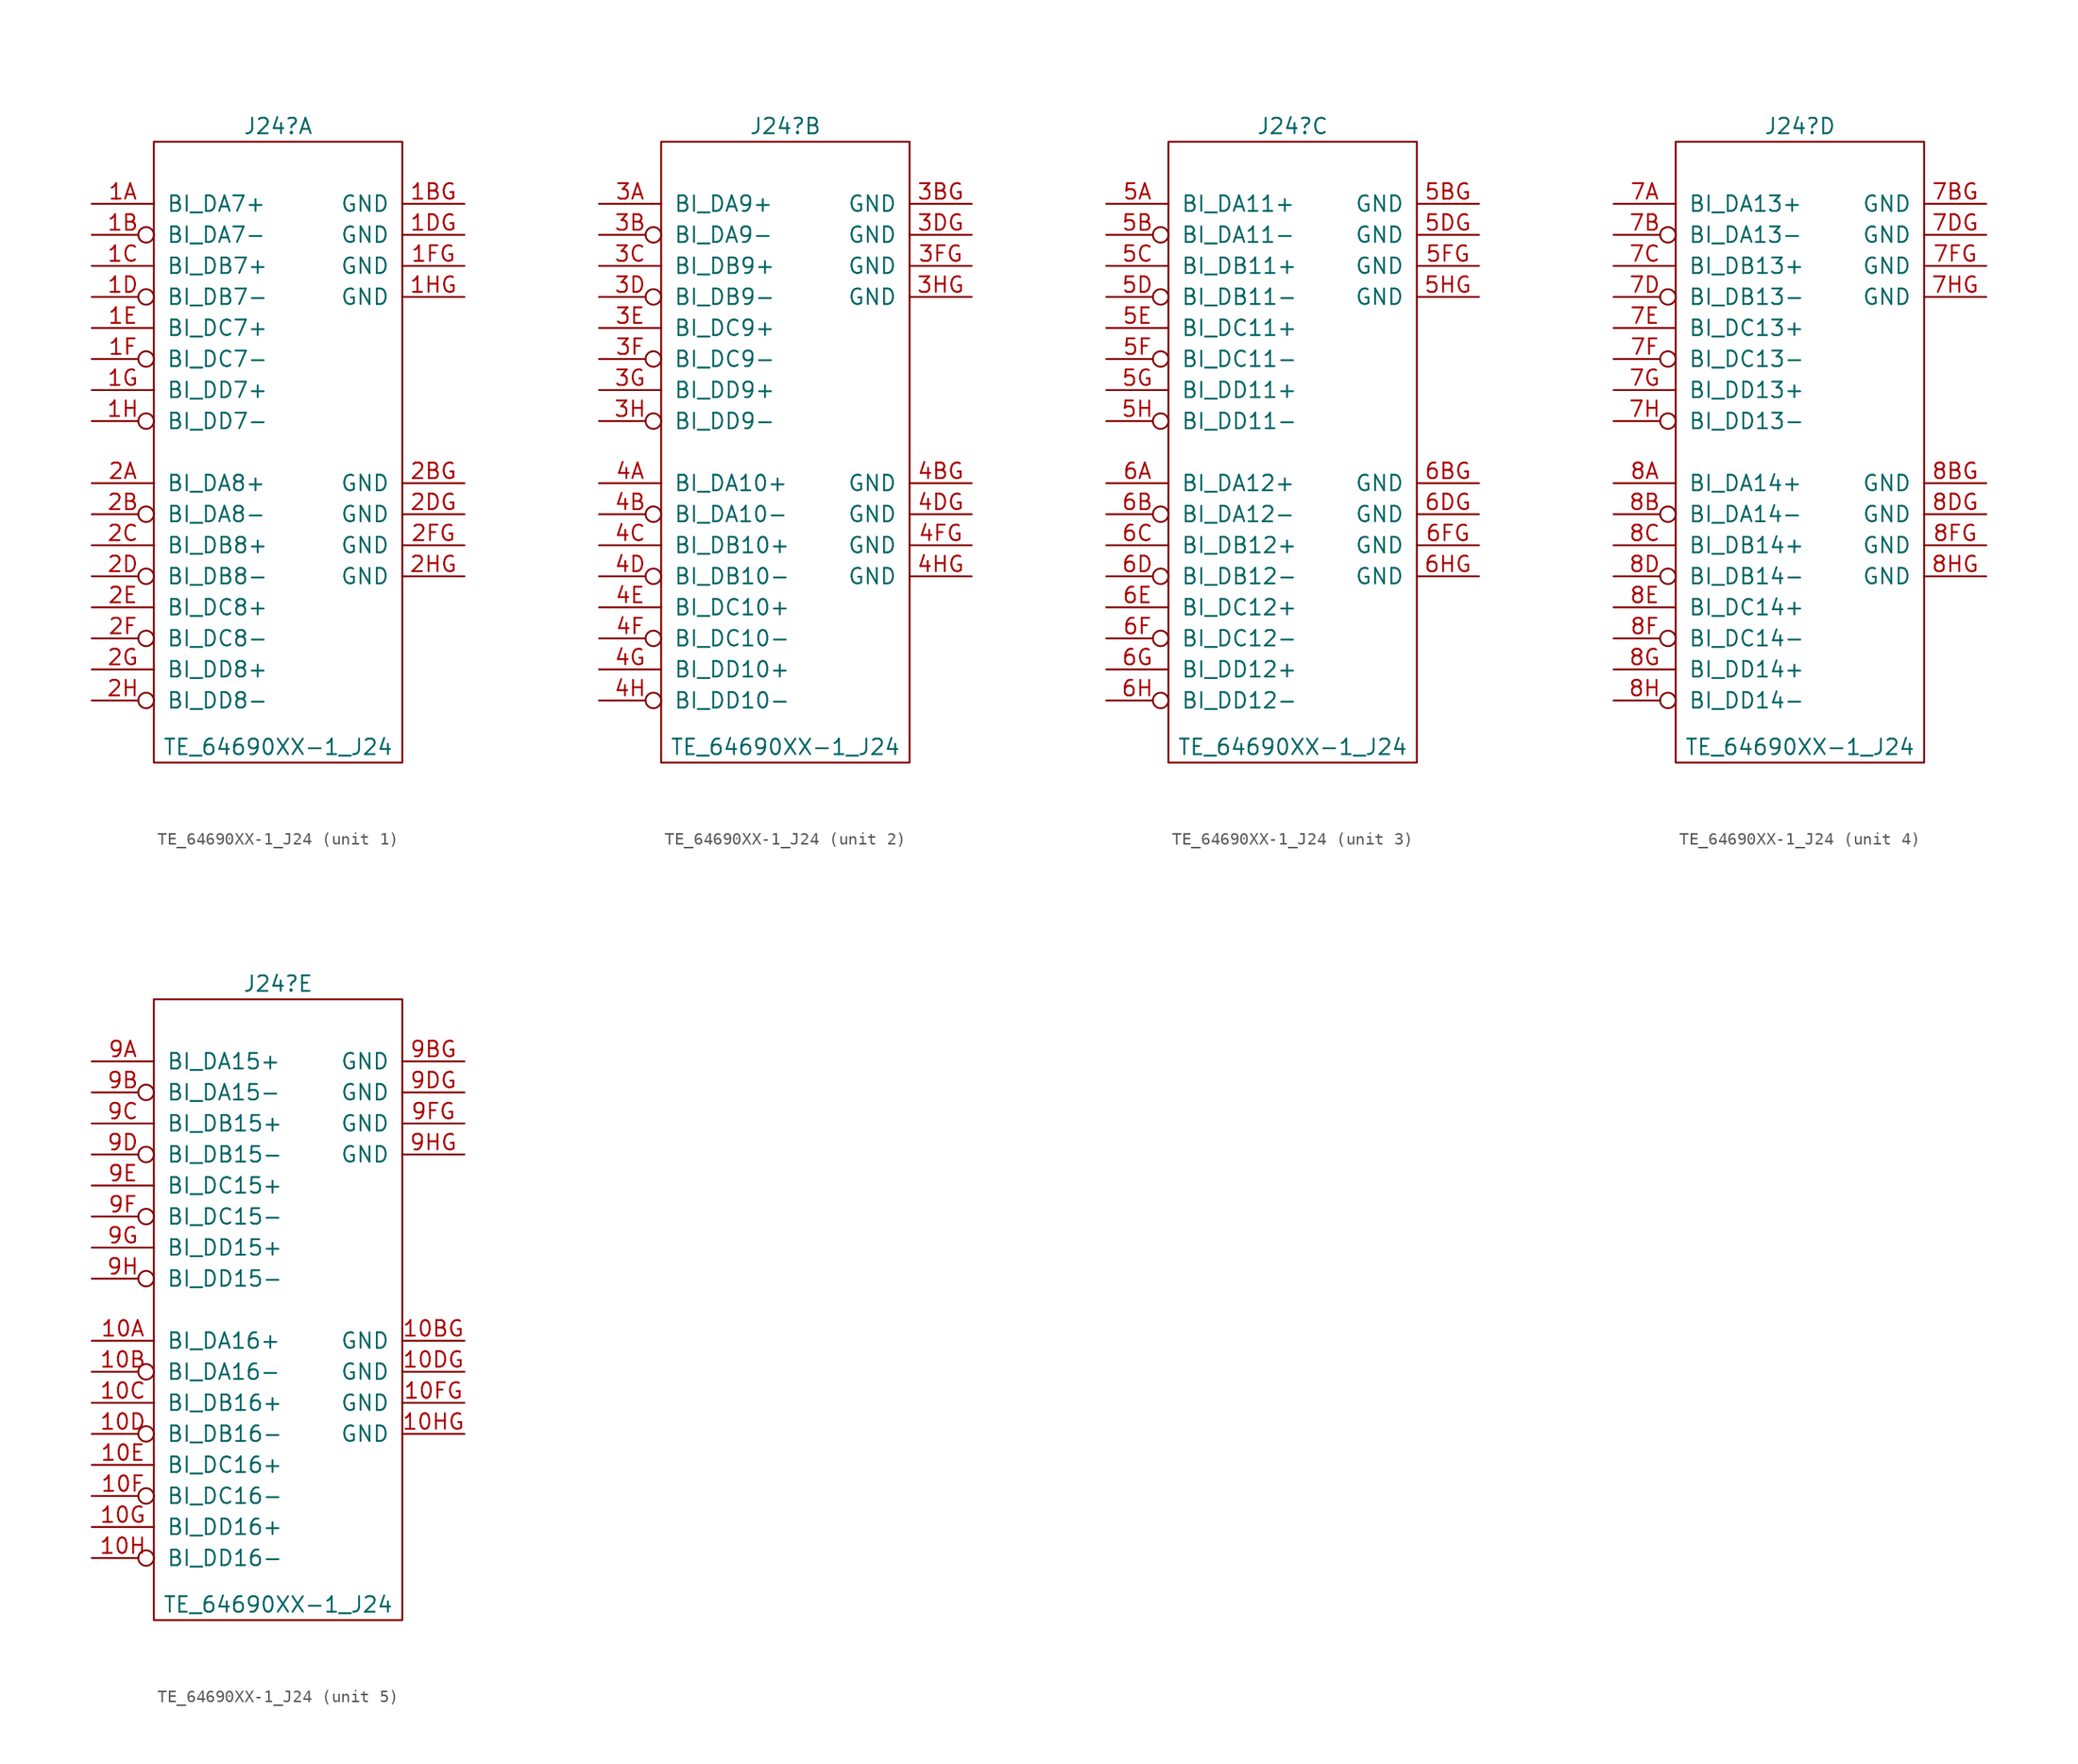
<source format=kicad_sym>
(kicad_symbol_lib
  (version 20220914)
  (generator kicad_symbol_editor)
  (symbol "TE_64690XX-1_J24"
    (pin_names
      (offset 1.016))
    (property "Reference" "J24"
      (at 0 26.67 0)
      (effects (font (size 1.27 1.27))))
    (property "Value" "TE_64690XX-1_J24"
      (at 0 -24.13 0)
      (effects (font (size 1.27 1.27))))
    (property "ki_locked" ""
      (at 0 0 0)
      (effects (font (size 1.27 1.27))))
    (symbol "TE_64690XX-1_J24_1_1"
      (rectangle (start -10.16 25.4) (end 10.16 -25.4) (stroke (width 0) (type default)) (fill (type none)))
      (pin bidirectional line (at -15.24 20.32 0) (length 5.08) (name "BI_DA7+" (effects (font (size 1.27 1.27)))) (number "1A" (effects (font (size 1.27 1.27)))))
      (pin bidirectional inverted (at -15.24 17.78 0) (length 5.08) (name "BI_DA7-" (effects (font (size 1.27 1.27)))) (number "1B" (effects (font (size 1.27 1.27)))))
      (pin passive line (at 15.24 20.32 180) (length 5.08) (name "GND" (effects (font (size 1.27 1.27)))) (number "1BG" (effects (font (size 1.27 1.27)))))
      (pin bidirectional line (at -15.24 15.24 0) (length 5.08) (name "BI_DB7+" (effects (font (size 1.27 1.27)))) (number "1C" (effects (font (size 1.27 1.27)))))
      (pin bidirectional inverted (at -15.24 12.7 0) (length 5.08) (name "BI_DB7-" (effects (font (size 1.27 1.27)))) (number "1D" (effects (font (size 1.27 1.27)))))
      (pin passive line (at 15.24 17.78 180) (length 5.08) (name "GND" (effects (font (size 1.27 1.27)))) (number "1DG" (effects (font (size 1.27 1.27)))))
      (pin bidirectional line (at -15.24 10.16 0) (length 5.08) (name "BI_DC7+" (effects (font (size 1.27 1.27)))) (number "1E" (effects (font (size 1.27 1.27)))))
      (pin bidirectional inverted (at -15.24 7.62 0) (length 5.08) (name "BI_DC7-" (effects (font (size 1.27 1.27)))) (number "1F" (effects (font (size 1.27 1.27)))))
      (pin passive line (at 15.24 15.24 180) (length 5.08) (name "GND" (effects (font (size 1.27 1.27)))) (number "1FG" (effects (font (size 1.27 1.27)))))
      (pin bidirectional line (at -15.24 5.08 0) (length 5.08) (name "BI_DD7+" (effects (font (size 1.27 1.27)))) (number "1G" (effects (font (size 1.27 1.27)))))
      (pin bidirectional inverted (at -15.24 2.54 0) (length 5.08) (name "BI_DD7-" (effects (font (size 1.27 1.27)))) (number "1H" (effects (font (size 1.27 1.27)))))
      (pin passive line (at 15.24 12.7 180) (length 5.08) (name "GND" (effects (font (size 1.27 1.27)))) (number "1HG" (effects (font (size 1.27 1.27)))))
      (pin bidirectional line (at -15.24 -2.54 0) (length 5.08) (name "BI_DA8+" (effects (font (size 1.27 1.27)))) (number "2A" (effects (font (size 1.27 1.27)))))
      (pin bidirectional inverted (at -15.24 -5.08 0) (length 5.08) (name "BI_DA8-" (effects (font (size 1.27 1.27)))) (number "2B" (effects (font (size 1.27 1.27)))))
      (pin passive line (at 15.24 -2.54 180) (length 5.08) (name "GND" (effects (font (size 1.27 1.27)))) (number "2BG" (effects (font (size 1.27 1.27)))))
      (pin bidirectional line (at -15.24 -7.62 0) (length 5.08) (name "BI_DB8+" (effects (font (size 1.27 1.27)))) (number "2C" (effects (font (size 1.27 1.27)))))
      (pin bidirectional inverted (at -15.24 -10.16 0) (length 5.08) (name "BI_DB8-" (effects (font (size 1.27 1.27)))) (number "2D" (effects (font (size 1.27 1.27)))))
      (pin passive line (at 15.24 -5.08 180) (length 5.08) (name "GND" (effects (font (size 1.27 1.27)))) (number "2DG" (effects (font (size 1.27 1.27)))))
      (pin bidirectional line (at -15.24 -12.7 0) (length 5.08) (name "BI_DC8+" (effects (font (size 1.27 1.27)))) (number "2E" (effects (font (size 1.27 1.27)))))
      (pin bidirectional inverted (at -15.24 -15.24 0) (length 5.08) (name "BI_DC8-" (effects (font (size 1.27 1.27)))) (number "2F" (effects (font (size 1.27 1.27)))))
      (pin passive line (at 15.24 -7.62 180) (length 5.08) (name "GND" (effects (font (size 1.27 1.27)))) (number "2FG" (effects (font (size 1.27 1.27)))))
      (pin bidirectional line (at -15.24 -17.78 0) (length 5.08) (name "BI_DD8+" (effects (font (size 1.27 1.27)))) (number "2G" (effects (font (size 1.27 1.27)))))
      (pin bidirectional inverted (at -15.24 -20.32 0) (length 5.08) (name "BI_DD8-" (effects (font (size 1.27 1.27)))) (number "2H" (effects (font (size 1.27 1.27)))))
      (pin passive line (at 15.24 -10.16 180) (length 5.08) (name "GND" (effects (font (size 1.27 1.27)))) (number "2HG" (effects (font (size 1.27 1.27))))))
    (symbol "TE_64690XX-1_J24_2_1"
      (rectangle (start -10.16 25.4) (end 10.16 -25.4) (stroke (width 0) (type default)) (fill (type none)))
      (pin bidirectional line (at -15.24 20.32 0) (length 5.08) (name "BI_DA9+" (effects (font (size 1.27 1.27)))) (number "3A" (effects (font (size 1.27 1.27)))))
      (pin bidirectional inverted (at -15.24 17.78 0) (length 5.08) (name "BI_DA9-" (effects (font (size 1.27 1.27)))) (number "3B" (effects (font (size 1.27 1.27)))))
      (pin passive line (at 15.24 20.32 180) (length 5.08) (name "GND" (effects (font (size 1.27 1.27)))) (number "3BG" (effects (font (size 1.27 1.27)))))
      (pin bidirectional line (at -15.24 15.24 0) (length 5.08) (name "BI_DB9+" (effects (font (size 1.27 1.27)))) (number "3C" (effects (font (size 1.27 1.27)))))
      (pin bidirectional inverted (at -15.24 12.7 0) (length 5.08) (name "BI_DB9-" (effects (font (size 1.27 1.27)))) (number "3D" (effects (font (size 1.27 1.27)))))
      (pin passive line (at 15.24 17.78 180) (length 5.08) (name "GND" (effects (font (size 1.27 1.27)))) (number "3DG" (effects (font (size 1.27 1.27)))))
      (pin bidirectional line (at -15.24 10.16 0) (length 5.08) (name "BI_DC9+" (effects (font (size 1.27 1.27)))) (number "3E" (effects (font (size 1.27 1.27)))))
      (pin bidirectional inverted (at -15.24 7.62 0) (length 5.08) (name "BI_DC9-" (effects (font (size 1.27 1.27)))) (number "3F" (effects (font (size 1.27 1.27)))))
      (pin passive line (at 15.24 15.24 180) (length 5.08) (name "GND" (effects (font (size 1.27 1.27)))) (number "3FG" (effects (font (size 1.27 1.27)))))
      (pin bidirectional line (at -15.24 5.08 0) (length 5.08) (name "BI_DD9+" (effects (font (size 1.27 1.27)))) (number "3G" (effects (font (size 1.27 1.27)))))
      (pin bidirectional inverted (at -15.24 2.54 0) (length 5.08) (name "BI_DD9-" (effects (font (size 1.27 1.27)))) (number "3H" (effects (font (size 1.27 1.27)))))
      (pin passive line (at 15.24 12.7 180) (length 5.08) (name "GND" (effects (font (size 1.27 1.27)))) (number "3HG" (effects (font (size 1.27 1.27)))))
      (pin bidirectional line (at -15.24 -2.54 0) (length 5.08) (name "BI_DA10+" (effects (font (size 1.27 1.27)))) (number "4A" (effects (font (size 1.27 1.27)))))
      (pin bidirectional inverted (at -15.24 -5.08 0) (length 5.08) (name "BI_DA10-" (effects (font (size 1.27 1.27)))) (number "4B" (effects (font (size 1.27 1.27)))))
      (pin passive line (at 15.24 -2.54 180) (length 5.08) (name "GND" (effects (font (size 1.27 1.27)))) (number "4BG" (effects (font (size 1.27 1.27)))))
      (pin bidirectional line (at -15.24 -7.62 0) (length 5.08) (name "BI_DB10+" (effects (font (size 1.27 1.27)))) (number "4C" (effects (font (size 1.27 1.27)))))
      (pin bidirectional inverted (at -15.24 -10.16 0) (length 5.08) (name "BI_DB10-" (effects (font (size 1.27 1.27)))) (number "4D" (effects (font (size 1.27 1.27)))))
      (pin passive line (at 15.24 -5.08 180) (length 5.08) (name "GND" (effects (font (size 1.27 1.27)))) (number "4DG" (effects (font (size 1.27 1.27)))))
      (pin bidirectional line (at -15.24 -12.7 0) (length 5.08) (name "BI_DC10+" (effects (font (size 1.27 1.27)))) (number "4E" (effects (font (size 1.27 1.27)))))
      (pin bidirectional inverted (at -15.24 -15.24 0) (length 5.08) (name "BI_DC10-" (effects (font (size 1.27 1.27)))) (number "4F" (effects (font (size 1.27 1.27)))))
      (pin passive line (at 15.24 -7.62 180) (length 5.08) (name "GND" (effects (font (size 1.27 1.27)))) (number "4FG" (effects (font (size 1.27 1.27)))))
      (pin bidirectional line (at -15.24 -17.78 0) (length 5.08) (name "BI_DD10+" (effects (font (size 1.27 1.27)))) (number "4G" (effects (font (size 1.27 1.27)))))
      (pin bidirectional inverted (at -15.24 -20.32 0) (length 5.08) (name "BI_DD10-" (effects (font (size 1.27 1.27)))) (number "4H" (effects (font (size 1.27 1.27)))))
      (pin passive line (at 15.24 -10.16 180) (length 5.08) (name "GND" (effects (font (size 1.27 1.27)))) (number "4HG" (effects (font (size 1.27 1.27))))))
    (symbol "TE_64690XX-1_J24_3_1"
      (rectangle (start -10.16 25.4) (end 10.16 -25.4) (stroke (width 0) (type default)) (fill (type none)))
      (pin bidirectional line (at -15.24 20.32 0) (length 5.08) (name "BI_DA11+" (effects (font (size 1.27 1.27)))) (number "5A" (effects (font (size 1.27 1.27)))))
      (pin bidirectional inverted (at -15.24 17.78 0) (length 5.08) (name "BI_DA11-" (effects (font (size 1.27 1.27)))) (number "5B" (effects (font (size 1.27 1.27)))))
      (pin passive line (at 15.24 20.32 180) (length 5.08) (name "GND" (effects (font (size 1.27 1.27)))) (number "5BG" (effects (font (size 1.27 1.27)))))
      (pin bidirectional line (at -15.24 15.24 0) (length 5.08) (name "BI_DB11+" (effects (font (size 1.27 1.27)))) (number "5C" (effects (font (size 1.27 1.27)))))
      (pin bidirectional inverted (at -15.24 12.7 0) (length 5.08) (name "BI_DB11-" (effects (font (size 1.27 1.27)))) (number "5D" (effects (font (size 1.27 1.27)))))
      (pin passive line (at 15.24 17.78 180) (length 5.08) (name "GND" (effects (font (size 1.27 1.27)))) (number "5DG" (effects (font (size 1.27 1.27)))))
      (pin bidirectional line (at -15.24 10.16 0) (length 5.08) (name "BI_DC11+" (effects (font (size 1.27 1.27)))) (number "5E" (effects (font (size 1.27 1.27)))))
      (pin bidirectional inverted (at -15.24 7.62 0) (length 5.08) (name "BI_DC11-" (effects (font (size 1.27 1.27)))) (number "5F" (effects (font (size 1.27 1.27)))))
      (pin passive line (at 15.24 15.24 180) (length 5.08) (name "GND" (effects (font (size 1.27 1.27)))) (number "5FG" (effects (font (size 1.27 1.27)))))
      (pin bidirectional line (at -15.24 5.08 0) (length 5.08) (name "BI_DD11+" (effects (font (size 1.27 1.27)))) (number "5G" (effects (font (size 1.27 1.27)))))
      (pin bidirectional inverted (at -15.24 2.54 0) (length 5.08) (name "BI_DD11-" (effects (font (size 1.27 1.27)))) (number "5H" (effects (font (size 1.27 1.27)))))
      (pin passive line (at 15.24 12.7 180) (length 5.08) (name "GND" (effects (font (size 1.27 1.27)))) (number "5HG" (effects (font (size 1.27 1.27)))))
      (pin bidirectional line (at -15.24 -2.54 0) (length 5.08) (name "BI_DA12+" (effects (font (size 1.27 1.27)))) (number "6A" (effects (font (size 1.27 1.27)))))
      (pin bidirectional inverted (at -15.24 -5.08 0) (length 5.08) (name "BI_DA12-" (effects (font (size 1.27 1.27)))) (number "6B" (effects (font (size 1.27 1.27)))))
      (pin passive line (at 15.24 -2.54 180) (length 5.08) (name "GND" (effects (font (size 1.27 1.27)))) (number "6BG" (effects (font (size 1.27 1.27)))))
      (pin bidirectional line (at -15.24 -7.62 0) (length 5.08) (name "BI_DB12+" (effects (font (size 1.27 1.27)))) (number "6C" (effects (font (size 1.27 1.27)))))
      (pin bidirectional inverted (at -15.24 -10.16 0) (length 5.08) (name "BI_DB12-" (effects (font (size 1.27 1.27)))) (number "6D" (effects (font (size 1.27 1.27)))))
      (pin passive line (at 15.24 -5.08 180) (length 5.08) (name "GND" (effects (font (size 1.27 1.27)))) (number "6DG" (effects (font (size 1.27 1.27)))))
      (pin bidirectional line (at -15.24 -12.7 0) (length 5.08) (name "BI_DC12+" (effects (font (size 1.27 1.27)))) (number "6E" (effects (font (size 1.27 1.27)))))
      (pin bidirectional inverted (at -15.24 -15.24 0) (length 5.08) (name "BI_DC12-" (effects (font (size 1.27 1.27)))) (number "6F" (effects (font (size 1.27 1.27)))))
      (pin passive line (at 15.24 -7.62 180) (length 5.08) (name "GND" (effects (font (size 1.27 1.27)))) (number "6FG" (effects (font (size 1.27 1.27)))))
      (pin bidirectional line (at -15.24 -17.78 0) (length 5.08) (name "BI_DD12+" (effects (font (size 1.27 1.27)))) (number "6G" (effects (font (size 1.27 1.27)))))
      (pin bidirectional inverted (at -15.24 -20.32 0) (length 5.08) (name "BI_DD12-" (effects (font (size 1.27 1.27)))) (number "6H" (effects (font (size 1.27 1.27)))))
      (pin passive line (at 15.24 -10.16 180) (length 5.08) (name "GND" (effects (font (size 1.27 1.27)))) (number "6HG" (effects (font (size 1.27 1.27))))))
    (symbol "TE_64690XX-1_J24_4_1"
      (rectangle (start -10.16 25.4) (end 10.16 -25.4) (stroke (width 0) (type default)) (fill (type none)))
      (pin bidirectional line (at -15.24 20.32 0) (length 5.08) (name "BI_DA13+" (effects (font (size 1.27 1.27)))) (number "7A" (effects (font (size 1.27 1.27)))))
      (pin bidirectional inverted (at -15.24 17.78 0) (length 5.08) (name "BI_DA13-" (effects (font (size 1.27 1.27)))) (number "7B" (effects (font (size 1.27 1.27)))))
      (pin passive line (at 15.24 20.32 180) (length 5.08) (name "GND" (effects (font (size 1.27 1.27)))) (number "7BG" (effects (font (size 1.27 1.27)))))
      (pin bidirectional line (at -15.24 15.24 0) (length 5.08) (name "BI_DB13+" (effects (font (size 1.27 1.27)))) (number "7C" (effects (font (size 1.27 1.27)))))
      (pin bidirectional inverted (at -15.24 12.7 0) (length 5.08) (name "BI_DB13-" (effects (font (size 1.27 1.27)))) (number "7D" (effects (font (size 1.27 1.27)))))
      (pin passive line (at 15.24 17.78 180) (length 5.08) (name "GND" (effects (font (size 1.27 1.27)))) (number "7DG" (effects (font (size 1.27 1.27)))))
      (pin bidirectional line (at -15.24 10.16 0) (length 5.08) (name "BI_DC13+" (effects (font (size 1.27 1.27)))) (number "7E" (effects (font (size 1.27 1.27)))))
      (pin bidirectional inverted (at -15.24 7.62 0) (length 5.08) (name "BI_DC13-" (effects (font (size 1.27 1.27)))) (number "7F" (effects (font (size 1.27 1.27)))))
      (pin passive line (at 15.24 15.24 180) (length 5.08) (name "GND" (effects (font (size 1.27 1.27)))) (number "7FG" (effects (font (size 1.27 1.27)))))
      (pin bidirectional line (at -15.24 5.08 0) (length 5.08) (name "BI_DD13+" (effects (font (size 1.27 1.27)))) (number "7G" (effects (font (size 1.27 1.27)))))
      (pin bidirectional inverted (at -15.24 2.54 0) (length 5.08) (name "BI_DD13-" (effects (font (size 1.27 1.27)))) (number "7H" (effects (font (size 1.27 1.27)))))
      (pin passive line (at 15.24 12.7 180) (length 5.08) (name "GND" (effects (font (size 1.27 1.27)))) (number "7HG" (effects (font (size 1.27 1.27)))))
      (pin bidirectional line (at -15.24 -2.54 0) (length 5.08) (name "BI_DA14+" (effects (font (size 1.27 1.27)))) (number "8A" (effects (font (size 1.27 1.27)))))
      (pin bidirectional inverted (at -15.24 -5.08 0) (length 5.08) (name "BI_DA14-" (effects (font (size 1.27 1.27)))) (number "8B" (effects (font (size 1.27 1.27)))))
      (pin passive line (at 15.24 -2.54 180) (length 5.08) (name "GND" (effects (font (size 1.27 1.27)))) (number "8BG" (effects (font (size 1.27 1.27)))))
      (pin bidirectional line (at -15.24 -7.62 0) (length 5.08) (name "BI_DB14+" (effects (font (size 1.27 1.27)))) (number "8C" (effects (font (size 1.27 1.27)))))
      (pin bidirectional inverted (at -15.24 -10.16 0) (length 5.08) (name "BI_DB14-" (effects (font (size 1.27 1.27)))) (number "8D" (effects (font (size 1.27 1.27)))))
      (pin passive line (at 15.24 -5.08 180) (length 5.08) (name "GND" (effects (font (size 1.27 1.27)))) (number "8DG" (effects (font (size 1.27 1.27)))))
      (pin bidirectional line (at -15.24 -12.7 0) (length 5.08) (name "BI_DC14+" (effects (font (size 1.27 1.27)))) (number "8E" (effects (font (size 1.27 1.27)))))
      (pin bidirectional inverted (at -15.24 -15.24 0) (length 5.08) (name "BI_DC14-" (effects (font (size 1.27 1.27)))) (number "8F" (effects (font (size 1.27 1.27)))))
      (pin passive line (at 15.24 -7.62 180) (length 5.08) (name "GND" (effects (font (size 1.27 1.27)))) (number "8FG" (effects (font (size 1.27 1.27)))))
      (pin bidirectional line (at -15.24 -17.78 0) (length 5.08) (name "BI_DD14+" (effects (font (size 1.27 1.27)))) (number "8G" (effects (font (size 1.27 1.27)))))
      (pin bidirectional inverted (at -15.24 -20.32 0) (length 5.08) (name "BI_DD14-" (effects (font (size 1.27 1.27)))) (number "8H" (effects (font (size 1.27 1.27)))))
      (pin passive line (at 15.24 -10.16 180) (length 5.08) (name "GND" (effects (font (size 1.27 1.27)))) (number "8HG" (effects (font (size 1.27 1.27))))))
    (symbol "TE_64690XX-1_J24_5_1"
      (rectangle (start -10.16 25.4) (end 10.16 -25.4) (stroke (width 0) (type default)) (fill (type none)))
      (pin bidirectional line (at -15.24 -2.54 0) (length 5.08) (name "BI_DA16+" (effects (font (size 1.27 1.27)))) (number "10A" (effects (font (size 1.27 1.27)))))
      (pin bidirectional inverted (at -15.24 -5.08 0) (length 5.08) (name "BI_DA16-" (effects (font (size 1.27 1.27)))) (number "10B" (effects (font (size 1.27 1.27)))))
      (pin passive line (at 15.24 -2.54 180) (length 5.08) (name "GND" (effects (font (size 1.27 1.27)))) (number "10BG" (effects (font (size 1.27 1.27)))))
      (pin bidirectional line (at -15.24 -7.62 0) (length 5.08) (name "BI_DB16+" (effects (font (size 1.27 1.27)))) (number "10C" (effects (font (size 1.27 1.27)))))
      (pin bidirectional inverted (at -15.24 -10.16 0) (length 5.08) (name "BI_DB16-" (effects (font (size 1.27 1.27)))) (number "10D" (effects (font (size 1.27 1.27)))))
      (pin passive line (at 15.24 -5.08 180) (length 5.08) (name "GND" (effects (font (size 1.27 1.27)))) (number "10DG" (effects (font (size 1.27 1.27)))))
      (pin bidirectional line (at -15.24 -12.7 0) (length 5.08) (name "BI_DC16+" (effects (font (size 1.27 1.27)))) (number "10E" (effects (font (size 1.27 1.27)))))
      (pin bidirectional inverted (at -15.24 -15.24 0) (length 5.08) (name "BI_DC16-" (effects (font (size 1.27 1.27)))) (number "10F" (effects (font (size 1.27 1.27)))))
      (pin passive line (at 15.24 -7.62 180) (length 5.08) (name "GND" (effects (font (size 1.27 1.27)))) (number "10FG" (effects (font (size 1.27 1.27)))))
      (pin bidirectional line (at -15.24 -17.78 0) (length 5.08) (name "BI_DD16+" (effects (font (size 1.27 1.27)))) (number "10G" (effects (font (size 1.27 1.27)))))
      (pin bidirectional inverted (at -15.24 -20.32 0) (length 5.08) (name "BI_DD16-" (effects (font (size 1.27 1.27)))) (number "10H" (effects (font (size 1.27 1.27)))))
      (pin passive line (at 15.24 -10.16 180) (length 5.08) (name "GND" (effects (font (size 1.27 1.27)))) (number "10HG" (effects (font (size 1.27 1.27)))))
      (pin bidirectional line (at -15.24 20.32 0) (length 5.08) (name "BI_DA15+" (effects (font (size 1.27 1.27)))) (number "9A" (effects (font (size 1.27 1.27)))))
      (pin bidirectional inverted (at -15.24 17.78 0) (length 5.08) (name "BI_DA15-" (effects (font (size 1.27 1.27)))) (number "9B" (effects (font (size 1.27 1.27)))))
      (pin passive line (at 15.24 20.32 180) (length 5.08) (name "GND" (effects (font (size 1.27 1.27)))) (number "9BG" (effects (font (size 1.27 1.27)))))
      (pin bidirectional line (at -15.24 15.24 0) (length 5.08) (name "BI_DB15+" (effects (font (size 1.27 1.27)))) (number "9C" (effects (font (size 1.27 1.27)))))
      (pin bidirectional inverted (at -15.24 12.7 0) (length 5.08) (name "BI_DB15-" (effects (font (size 1.27 1.27)))) (number "9D" (effects (font (size 1.27 1.27)))))
      (pin passive line (at 15.24 17.78 180) (length 5.08) (name "GND" (effects (font (size 1.27 1.27)))) (number "9DG" (effects (font (size 1.27 1.27)))))
      (pin bidirectional line (at -15.24 10.16 0) (length 5.08) (name "BI_DC15+" (effects (font (size 1.27 1.27)))) (number "9E" (effects (font (size 1.27 1.27)))))
      (pin bidirectional inverted (at -15.24 7.62 0) (length 5.08) (name "BI_DC15-" (effects (font (size 1.27 1.27)))) (number "9F" (effects (font (size 1.27 1.27)))))
      (pin passive line (at 15.24 15.24 180) (length 5.08) (name "GND" (effects (font (size 1.27 1.27)))) (number "9FG" (effects (font (size 1.27 1.27)))))
      (pin bidirectional line (at -15.24 5.08 0) (length 5.08) (name "BI_DD15+" (effects (font (size 1.27 1.27)))) (number "9G" (effects (font (size 1.27 1.27)))))
      (pin bidirectional inverted (at -15.24 2.54 0) (length 5.08) (name "BI_DD15-" (effects (font (size 1.27 1.27)))) (number "9H" (effects (font (size 1.27 1.27)))))
      (pin passive line (at 15.24 12.7 180) (length 5.08) (name "GND" (effects (font (size 1.27 1.27)))) (number "9HG" (effects (font (size 1.27 1.27))))))))
</source>
